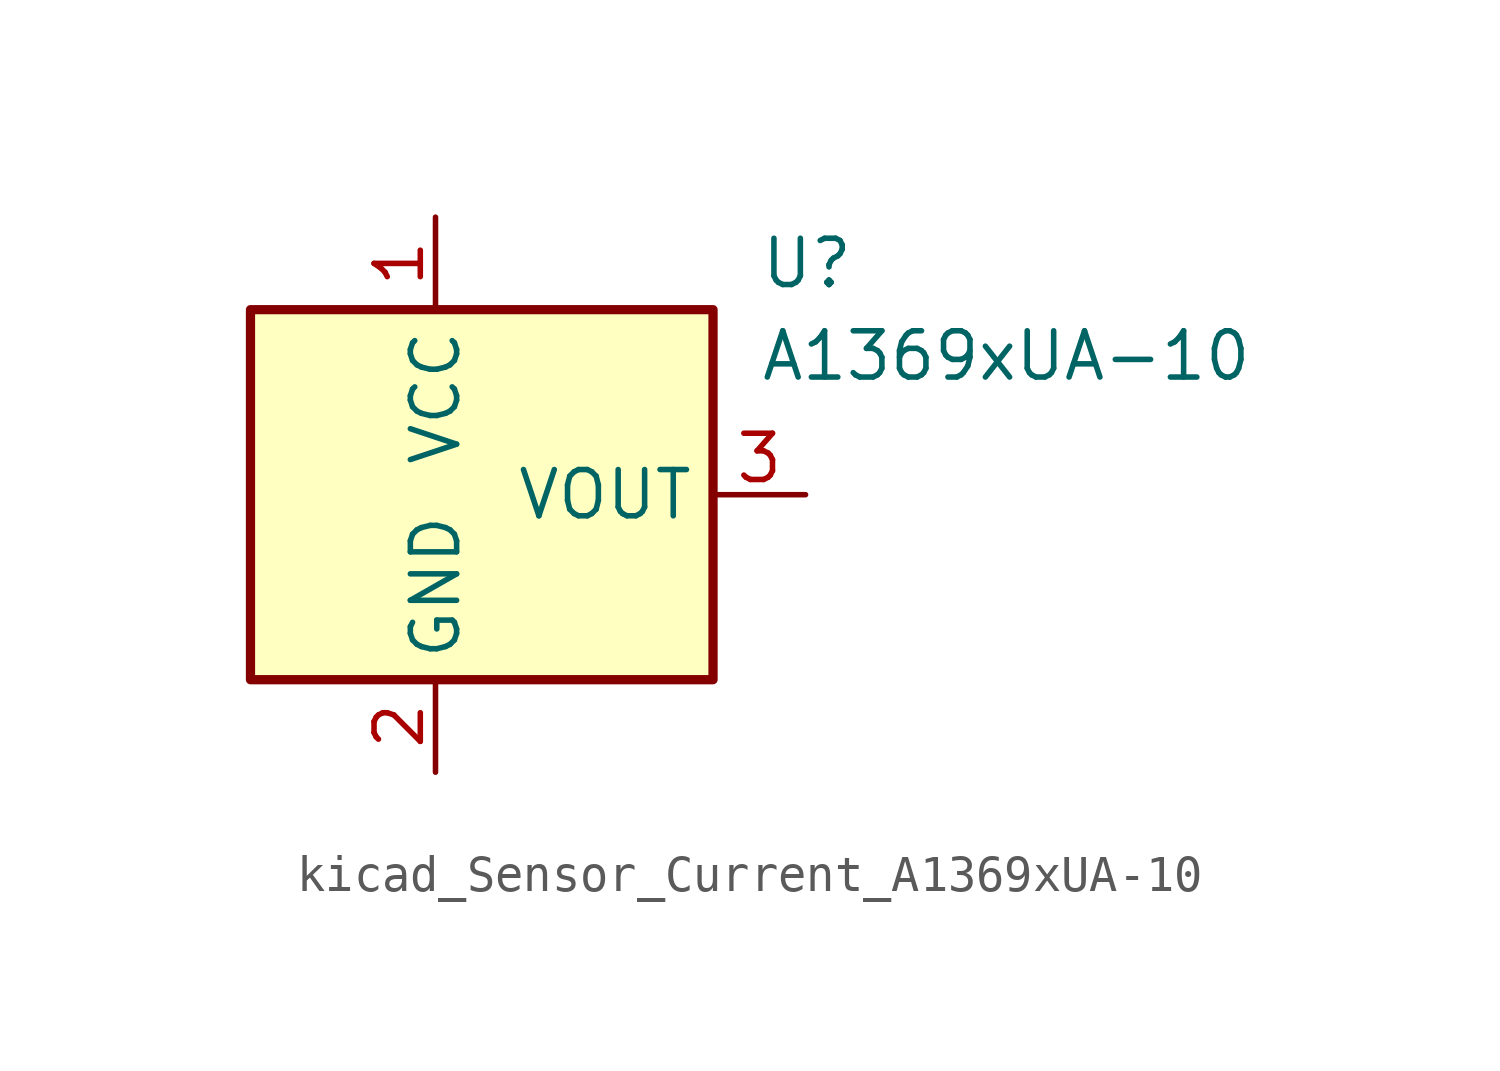
<source format=kicad_sym>
(kicad_symbol_lib
  (version 20220914)
  (generator kicad_symbol_editor)
  (symbol "kicad_Sensor_Current_A1369xUA-10"
    (property "Reference" "U"
      (at 8.89 6.35 0)
      (effects (font (size 1.27 1.27)) (justify left)))
    (property "Value" "A1369xUA-10"
      (at 8.89 3.81 0)
      (effects (font (size 1.27 1.27)) (justify left)))
    (symbol "kicad_Sensor_Current_A1369xUA-10_0_1"
      (rectangle (start -5.08 5.08) (end 7.62 -5.08) (stroke (width 0.254) (type default)) (fill (type background))))
    (symbol "kicad_Sensor_Current_A1369xUA-10_1_1"
      (pin power_in line (at 0 7.62 270) (length 2.54) (name "VCC" (effects (font (size 1.27 1.27)))) (number "1" (effects (font (size 1.27 1.27)))))
      (pin power_in line (at 0 -7.62 90) (length 2.54) (name "GND" (effects (font (size 1.27 1.27)))) (number "2" (effects (font (size 1.27 1.27)))))
      (pin output line (at 10.16 0 180) (length 2.54) (name "VOUT" (effects (font (size 1.27 1.27)))) (number "3" (effects (font (size 1.27 1.27))))))))
</source>
